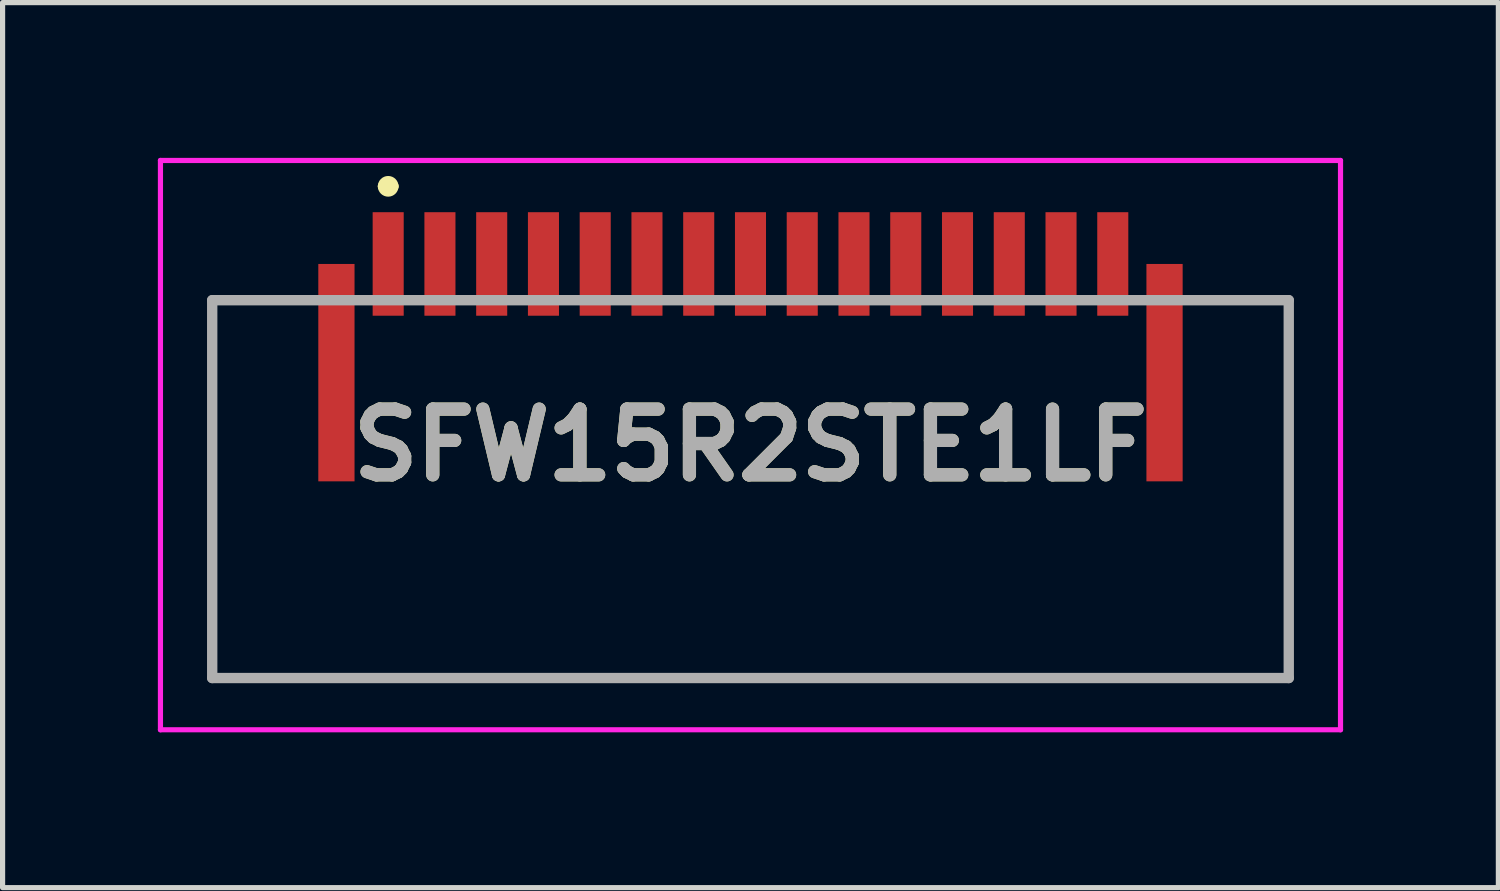
<source format=kicad_pcb>
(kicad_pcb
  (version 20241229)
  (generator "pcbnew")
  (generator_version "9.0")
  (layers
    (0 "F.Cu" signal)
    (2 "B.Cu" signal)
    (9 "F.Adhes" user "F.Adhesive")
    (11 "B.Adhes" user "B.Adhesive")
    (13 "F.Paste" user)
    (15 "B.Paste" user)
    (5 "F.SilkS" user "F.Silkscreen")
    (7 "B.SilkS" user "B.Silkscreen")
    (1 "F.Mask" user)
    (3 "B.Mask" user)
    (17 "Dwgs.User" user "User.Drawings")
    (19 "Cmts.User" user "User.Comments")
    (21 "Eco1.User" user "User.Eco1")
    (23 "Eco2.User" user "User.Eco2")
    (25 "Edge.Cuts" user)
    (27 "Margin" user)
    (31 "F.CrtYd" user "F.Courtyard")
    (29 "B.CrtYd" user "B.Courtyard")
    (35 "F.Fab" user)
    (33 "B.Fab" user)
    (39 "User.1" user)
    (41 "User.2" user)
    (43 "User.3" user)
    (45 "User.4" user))
  (footprint "SFW15R2STE1LF"
    (layer "F.Cu")
    (at 11.45 6.05)
    (property "Reference" "SFW15R2STE1LF" (at 0 -0.5 0) (layer "F.SilkS") (effects (font (size 1.27 1.27) (thickness 0.254))))
    (attr smd)
    (fp_line (start -10.4 -3.3) (end -10.4 4) (stroke (width 0.1) (type solid)) (layer "F.SilkS"))
    (fp_line (start -10.4 4) (end 10.4 4) (stroke (width 0.1) (type solid)) (layer "F.SilkS"))
    (fp_line (start -9 -3.3) (end -10.4 -3.3) (stroke (width 0.1) (type solid)) (layer "F.SilkS"))
    (fp_line (start -7.1 -5.5) (end -7.1 -5.5) (stroke (width 0.2) (type solid)) (layer "F.SilkS"))
    (fp_line (start -6.9 -5.5) (end -6.9 -5.5) (stroke (width 0.2) (type solid)) (layer "F.SilkS"))
    (fp_line (start 10.4 -3.3) (end 9 -3.3) (stroke (width 0.1) (type solid)) (layer "F.SilkS"))
    (fp_line (start 10.4 4) (end 10.4 -3.3) (stroke (width 0.1) (type solid)) (layer "F.SilkS"))
    (fp_arc (start -7.1 -5.5) (mid -7 -5.6) (end -6.9 -5.5) (stroke (width 0.2) (type solid)) (layer "F.SilkS"))
    (fp_arc (start -6.9 -5.5) (mid -7 -5.4) (end -7.1 -5.5) (stroke (width 0.2) (type solid)) (layer "F.SilkS"))
    (fp_line (start -11.4 -6) (end 11.4 -6) (stroke (width 0.1) (type solid)) (layer "F.CrtYd"))
    (fp_line (start -11.4 5) (end -11.4 -6) (stroke (width 0.1) (type solid)) (layer "F.CrtYd"))
    (fp_line (start 11.4 -6) (end 11.4 5) (stroke (width 0.1) (type solid)) (layer "F.CrtYd"))
    (fp_line (start 11.4 5) (end -11.4 5) (stroke (width 0.1) (type solid)) (layer "F.CrtYd"))
    (fp_line (start -10.4 -3.3) (end 10.4 -3.3) (stroke (width 0.2) (type solid)) (layer "F.Fab"))
    (fp_line (start -10.4 4) (end -10.4 -3.3) (stroke (width 0.2) (type solid)) (layer "F.Fab"))
    (fp_line (start 10.4 -3.3) (end 10.4 4) (stroke (width 0.2) (type solid)) (layer "F.Fab"))
    (fp_line (start 10.4 4) (end -10.4 4) (stroke (width 0.2) (type solid)) (layer "F.Fab"))
    (fp_text user "${REFERENCE}" (at 0 -0.5 0) (layer "F.Fab") (effects (font (size 1.27 1.27) (thickness 0.254))))
    (pad "1" smd rect (at -7 -4) (size 0.6 2) (layers "F.Cu" "F.Mask" "F.Paste"))
    (pad "2" smd rect (at -6 -4) (size 0.6 2) (layers "F.Cu" "F.Mask" "F.Paste"))
    (pad "3" smd rect (at -5 -4) (size 0.6 2) (layers "F.Cu" "F.Mask" "F.Paste"))
    (pad "4" smd rect (at -4 -4) (size 0.6 2) (layers "F.Cu" "F.Mask" "F.Paste"))
    (pad "5" smd rect (at -3 -4) (size 0.6 2) (layers "F.Cu" "F.Mask" "F.Paste"))
    (pad "6" smd rect (at -2 -4) (size 0.6 2) (layers "F.Cu" "F.Mask" "F.Paste"))
    (pad "7" smd rect (at -1 -4) (size 0.6 2) (layers "F.Cu" "F.Mask" "F.Paste"))
    (pad "8" smd rect (at 0 -4) (size 0.6 2) (layers "F.Cu" "F.Mask" "F.Paste"))
    (pad "9" smd rect (at 1 -4) (size 0.6 2) (layers "F.Cu" "F.Mask" "F.Paste"))
    (pad "10" smd rect (at 2 -4) (size 0.6 2) (layers "F.Cu" "F.Mask" "F.Paste"))
    (pad "11" smd rect (at 3 -4) (size 0.6 2) (layers "F.Cu" "F.Mask" "F.Paste"))
    (pad "12" smd rect (at 4 -4) (size 0.6 2) (layers "F.Cu" "F.Mask" "F.Paste"))
    (pad "13" smd rect (at 5 -4) (size 0.6 2) (layers "F.Cu" "F.Mask" "F.Paste"))
    (pad "14" smd rect (at 6 -4) (size 0.6 2) (layers "F.Cu" "F.Mask" "F.Paste"))
    (pad "15" smd rect (at 7 -4) (size 0.6 2) (layers "F.Cu" "F.Mask" "F.Paste"))
    (pad "MP" smd rect (at -8 -1.9) (size 0.7 4.2) (layers "F.Cu" "F.Mask" "F.Paste"))
    (pad "MP" smd rect (at 8 -1.9) (size 0.7 4.2) (layers "F.Cu" "F.Mask" "F.Paste")))
  (gr_rect
    (start -3 -3)
    (end 25.9 14.1)
    (stroke (width 0.1) (type default))
    (fill no)
    (layer "Edge.Cuts")))
</source>
